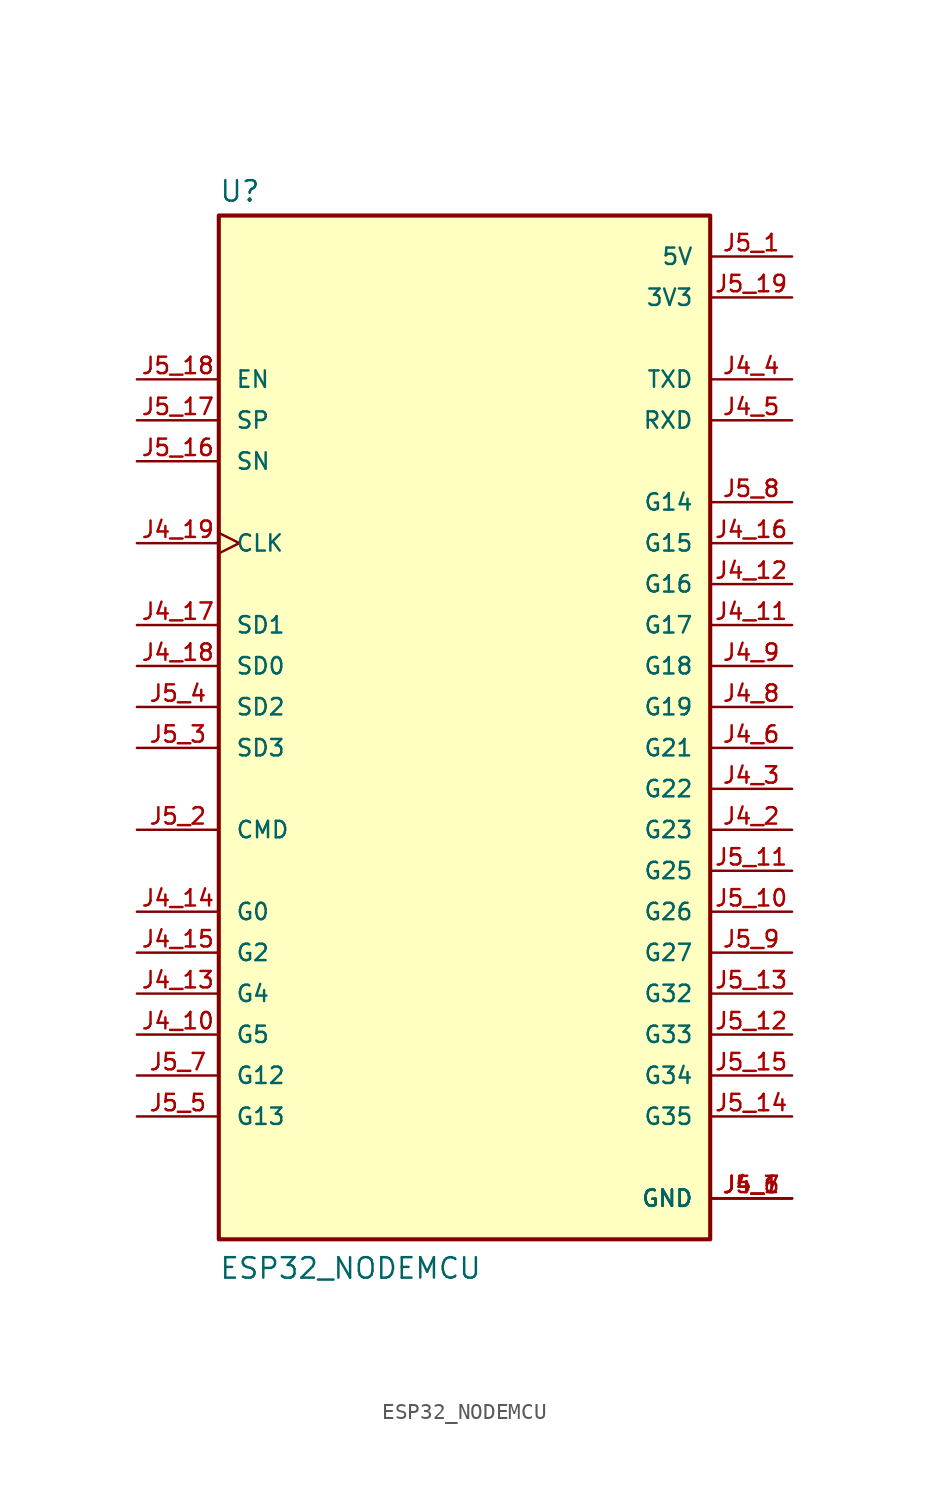
<source format=kicad_sym>
(kicad_symbol_lib
  (version 20211014)
  (generator kicad_symbol_editor)
  (symbol "ESP32_NODEMCU"
    (pin_names
      (offset 1.016))
    (property "Reference" "U"
      (at -15.24 31.242 0)
      (effects (font (size 1.27 1.27)) (justify left bottom)))
    (property "Value" "ESP32_NODEMCU"
      (at -15.24 -35.56 0)
      (effects (font (size 1.27 1.27)) (justify left bottom)))
    (symbol "ESP32_NODEMCU_0_0"
      (rectangle (start -15.24 -33.02) (end 15.24 30.48) (stroke (width 0.254) (type default) (color 0 0 0 0)) (fill (type background)))
      (pin power_in line (at 20.32 -30.48 180) (length 5.08) (name "GND" (effects (font (size 1.016 1.016)))) (number "J4_1" (effects (font (size 1.016 1.016)))))
      (pin bidirectional line (at -20.32 -20.32 0) (length 5.08) (name "G5" (effects (font (size 1.016 1.016)))) (number "J4_10" (effects (font (size 1.016 1.016)))))
      (pin bidirectional line (at 20.32 5.08 180) (length 5.08) (name "G17" (effects (font (size 1.016 1.016)))) (number "J4_11" (effects (font (size 1.016 1.016)))))
      (pin bidirectional line (at 20.32 7.62 180) (length 5.08) (name "G16" (effects (font (size 1.016 1.016)))) (number "J4_12" (effects (font (size 1.016 1.016)))))
      (pin bidirectional line (at -20.32 -17.78 0) (length 5.08) (name "G4" (effects (font (size 1.016 1.016)))) (number "J4_13" (effects (font (size 1.016 1.016)))))
      (pin bidirectional line (at -20.32 -12.7 0) (length 5.08) (name "G0" (effects (font (size 1.016 1.016)))) (number "J4_14" (effects (font (size 1.016 1.016)))))
      (pin bidirectional line (at -20.32 -15.24 0) (length 5.08) (name "G2" (effects (font (size 1.016 1.016)))) (number "J4_15" (effects (font (size 1.016 1.016)))))
      (pin bidirectional line (at 20.32 10.16 180) (length 5.08) (name "G15" (effects (font (size 1.016 1.016)))) (number "J4_16" (effects (font (size 1.016 1.016)))))
      (pin bidirectional line (at -20.32 5.08 0) (length 5.08) (name "SD1" (effects (font (size 1.016 1.016)))) (number "J4_17" (effects (font (size 1.016 1.016)))))
      (pin bidirectional line (at -20.32 2.54 0) (length 5.08) (name "SD0" (effects (font (size 1.016 1.016)))) (number "J4_18" (effects (font (size 1.016 1.016)))))
      (pin input clock (at -20.32 10.16 0) (length 5.08) (name "CLK" (effects (font (size 1.016 1.016)))) (number "J4_19" (effects (font (size 1.016 1.016)))))
      (pin bidirectional line (at 20.32 -7.62 180) (length 5.08) (name "G23" (effects (font (size 1.016 1.016)))) (number "J4_2" (effects (font (size 1.016 1.016)))))
      (pin bidirectional line (at 20.32 -5.08 180) (length 5.08) (name "G22" (effects (font (size 1.016 1.016)))) (number "J4_3" (effects (font (size 1.016 1.016)))))
      (pin output line (at 20.32 20.32 180) (length 5.08) (name "TXD" (effects (font (size 1.016 1.016)))) (number "J4_4" (effects (font (size 1.016 1.016)))))
      (pin input line (at 20.32 17.78 180) (length 5.08) (name "RXD" (effects (font (size 1.016 1.016)))) (number "J4_5" (effects (font (size 1.016 1.016)))))
      (pin bidirectional line (at 20.32 -2.54 180) (length 5.08) (name "G21" (effects (font (size 1.016 1.016)))) (number "J4_6" (effects (font (size 1.016 1.016)))))
      (pin power_in line (at 20.32 -30.48 180) (length 5.08) (name "GND" (effects (font (size 1.016 1.016)))) (number "J4_7" (effects (font (size 1.016 1.016)))))
      (pin bidirectional line (at 20.32 0 180) (length 5.08) (name "G19" (effects (font (size 1.016 1.016)))) (number "J4_8" (effects (font (size 1.016 1.016)))))
      (pin bidirectional line (at 20.32 2.54 180) (length 5.08) (name "G18" (effects (font (size 1.016 1.016)))) (number "J4_9" (effects (font (size 1.016 1.016)))))
      (pin power_in line (at 20.32 27.94 180) (length 5.08) (name "5V" (effects (font (size 1.016 1.016)))) (number "J5_1" (effects (font (size 1.016 1.016)))))
      (pin bidirectional line (at 20.32 -12.7 180) (length 5.08) (name "G26" (effects (font (size 1.016 1.016)))) (number "J5_10" (effects (font (size 1.016 1.016)))))
      (pin bidirectional line (at 20.32 -10.16 180) (length 5.08) (name "G25" (effects (font (size 1.016 1.016)))) (number "J5_11" (effects (font (size 1.016 1.016)))))
      (pin bidirectional line (at 20.32 -20.32 180) (length 5.08) (name "G33" (effects (font (size 1.016 1.016)))) (number "J5_12" (effects (font (size 1.016 1.016)))))
      (pin bidirectional line (at 20.32 -17.78 180) (length 5.08) (name "G32" (effects (font (size 1.016 1.016)))) (number "J5_13" (effects (font (size 1.016 1.016)))))
      (pin bidirectional line (at 20.32 -25.4 180) (length 5.08) (name "G35" (effects (font (size 1.016 1.016)))) (number "J5_14" (effects (font (size 1.016 1.016)))))
      (pin bidirectional line (at 20.32 -22.86 180) (length 5.08) (name "G34" (effects (font (size 1.016 1.016)))) (number "J5_15" (effects (font (size 1.016 1.016)))))
      (pin input line (at -20.32 15.24 0) (length 5.08) (name "SN" (effects (font (size 1.016 1.016)))) (number "J5_16" (effects (font (size 1.016 1.016)))))
      (pin input line (at -20.32 17.78 0) (length 5.08) (name "SP" (effects (font (size 1.016 1.016)))) (number "J5_17" (effects (font (size 1.016 1.016)))))
      (pin input line (at -20.32 20.32 0) (length 5.08) (name "EN" (effects (font (size 1.016 1.016)))) (number "J5_18" (effects (font (size 1.016 1.016)))))
      (pin power_in line (at 20.32 25.4 180) (length 5.08) (name "3V3" (effects (font (size 1.016 1.016)))) (number "J5_19" (effects (font (size 1.016 1.016)))))
      (pin bidirectional line (at -20.32 -7.62 0) (length 5.08) (name "CMD" (effects (font (size 1.016 1.016)))) (number "J5_2" (effects (font (size 1.016 1.016)))))
      (pin bidirectional line (at -20.32 -2.54 0) (length 5.08) (name "SD3" (effects (font (size 1.016 1.016)))) (number "J5_3" (effects (font (size 1.016 1.016)))))
      (pin bidirectional line (at -20.32 0 0) (length 5.08) (name "SD2" (effects (font (size 1.016 1.016)))) (number "J5_4" (effects (font (size 1.016 1.016)))))
      (pin bidirectional line (at -20.32 -25.4 0) (length 5.08) (name "G13" (effects (font (size 1.016 1.016)))) (number "J5_5" (effects (font (size 1.016 1.016)))))
      (pin power_in line (at 20.32 -30.48 180) (length 5.08) (name "GND" (effects (font (size 1.016 1.016)))) (number "J5_6" (effects (font (size 1.016 1.016)))))
      (pin bidirectional line (at -20.32 -22.86 0) (length 5.08) (name "G12" (effects (font (size 1.016 1.016)))) (number "J5_7" (effects (font (size 1.016 1.016)))))
      (pin bidirectional line (at 20.32 12.7 180) (length 5.08) (name "G14" (effects (font (size 1.016 1.016)))) (number "J5_8" (effects (font (size 1.016 1.016)))))
      (pin bidirectional line (at 20.32 -15.24 180) (length 5.08) (name "G27" (effects (font (size 1.016 1.016)))) (number "J5_9" (effects (font (size 1.016 1.016))))))))
</source>
